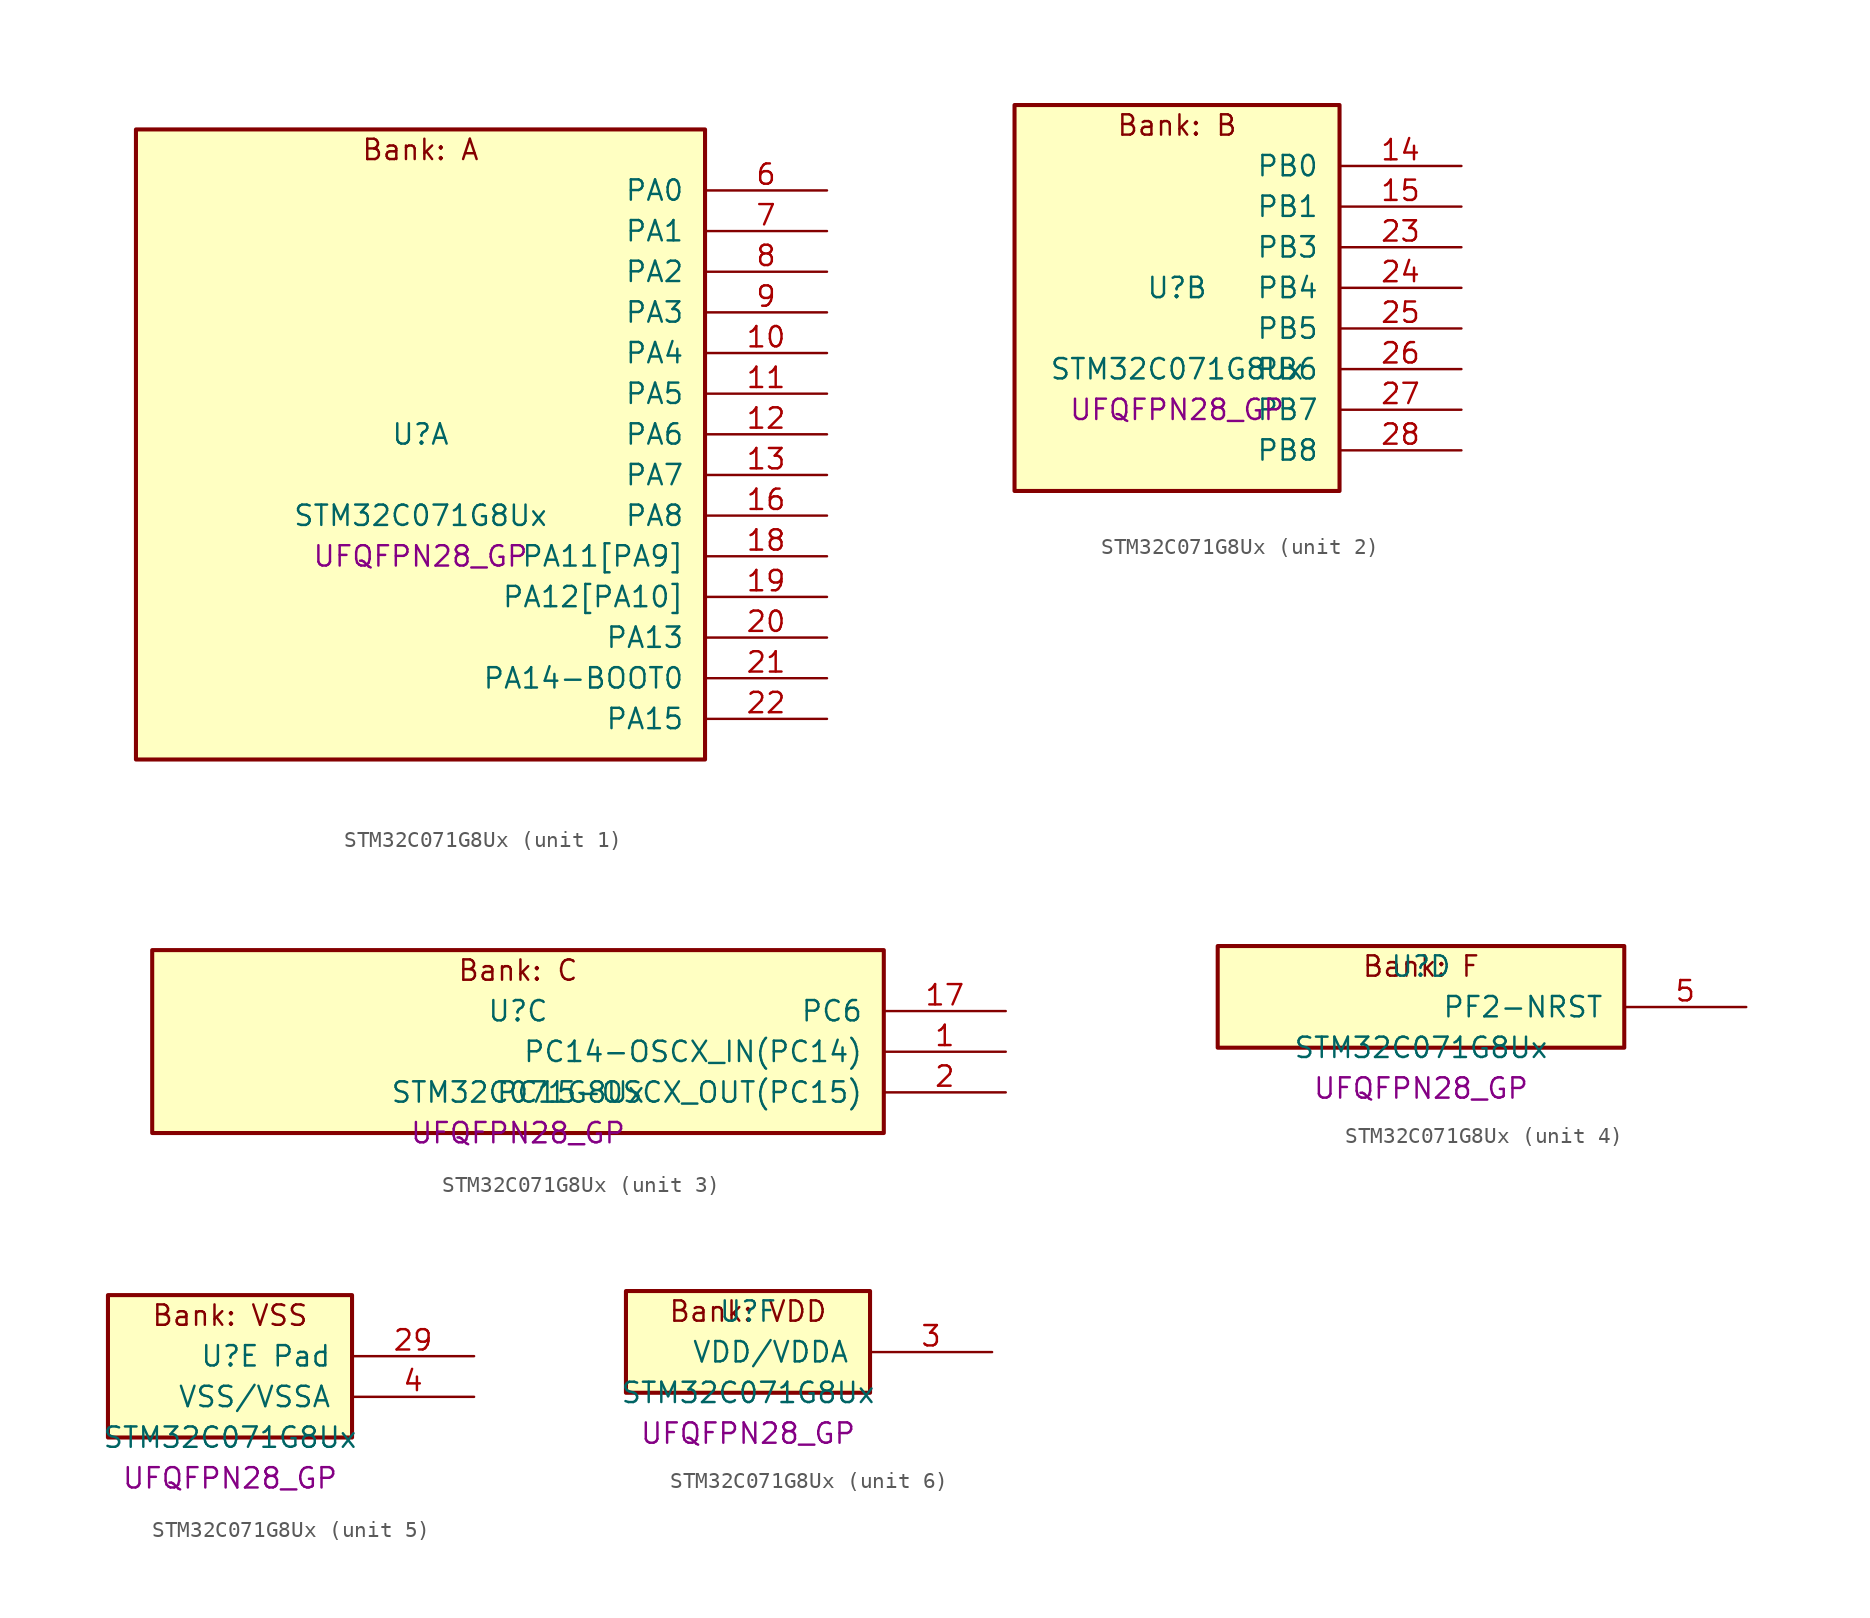
<source format=kicad_sym>
(kicad_symbol_lib
  (version 20241209)
  (generator "stm32_pkl_generator")
  (generator_version "1.0")
  (symbol "STM32C071G8Ux"
    (pin_names
      (offset 1.27))
    (property "Reference" "U"
      (at 0 2.54 0))
    (property "Value" "STM32C071G8Ux"
      (at 0 -2.54 0))
    (property "Footprint" "UFQFPN28_GP"
      (at 0 -5.08 0))
    (symbol "STM32C071G8Ux_1_1"
      (rectangle (start -17.78 21.59) (end 17.78 -17.78) (stroke (width 0.254) (type solid)) (fill (type background)))
      (text "Bank: A" (at 0 20.32 0))
      (pin bidirectional line (at 25.4 17.78 180) (length 7.62) (name "PA0") (number "6") (alternate "PA0/ADC1_IN0" bidirectional line) (alternate "PA0/PWR_WKUP1" bidirectional line) (alternate "PA0/SPI2_SCK" bidirectional line) (alternate "PA0/TIM16_CH1" bidirectional line) (alternate "PA0/TIM1_CH1" bidirectional line) (alternate "PA0/TIM2_CH1" bidirectional line) (alternate "PA0/TIM2_ETR" bidirectional line) (alternate "PA0/USART1_TX" bidirectional line) (alternate "PA0/USART2_CTS" bidirectional line) (alternate "PA0/USART2_NSS" bidirectional line))
      (pin bidirectional line (at 25.4 15.24 180) (length 7.62) (name "PA1") (number "7") (alternate "PA1/ADC1_IN1" bidirectional line) (alternate "PA1/I2C1_SMBA" bidirectional line) (alternate "PA1/I2S1_CK" bidirectional line) (alternate "PA1/SPI1_SCK" bidirectional line) (alternate "PA1/TIM17_CH1" bidirectional line) (alternate "PA1/TIM1_CH2" bidirectional line) (alternate "PA1/TIM2_CH2" bidirectional line) (alternate "PA1/USART1_RX" bidirectional line) (alternate "PA1/USART2_CK" bidirectional line) (alternate "PA1/USART2_DE" bidirectional line) (alternate "PA1/USART2_RTS" bidirectional line))
      (pin bidirectional line (at 25.4 12.7 180) (length 7.62) (name "PA2") (number "8") (alternate "PA2/ADC1_IN2" bidirectional line) (alternate "PA2/I2S1_SD" bidirectional line) (alternate "PA2/PWR_WKUP4" bidirectional line) (alternate "PA2/RCC_LSCO" bidirectional line) (alternate "PA2/SPI1_MOSI" bidirectional line) (alternate "PA2/TIM16_CH1N" bidirectional line) (alternate "PA2/TIM1_CH3" bidirectional line) (alternate "PA2/TIM2_CH3" bidirectional line) (alternate "PA2/TIM3_ETR" bidirectional line) (alternate "PA2/USART2_TX" bidirectional line))
      (pin bidirectional line (at 25.4 10.16 180) (length 7.62) (name "PA3") (number "9") (alternate "PA3/ADC1_IN3" bidirectional line) (alternate "PA3/SPI2_MISO" bidirectional line) (alternate "PA3/TIM1_CH1N" bidirectional line) (alternate "PA3/TIM1_CH4" bidirectional line) (alternate "PA3/TIM2_CH4" bidirectional line) (alternate "PA3/USART2_RX" bidirectional line))
      (pin bidirectional line (at 25.4 7.62 180) (length 7.62) (name "PA4") (number "10") (alternate "PA4/ADC1_IN4" bidirectional line) (alternate "PA4/I2S1_WS" bidirectional line) (alternate "PA4/PWR_WKUP2" bidirectional line) (alternate "PA4/RTC_OUT1" bidirectional line) (alternate "PA4/RTC_TS" bidirectional line) (alternate "PA4/SPI1_NSS" bidirectional line) (alternate "PA4/SPI2_MOSI" bidirectional line) (alternate "PA4/TIM14_CH1" bidirectional line) (alternate "PA4/TIM17_CH1N" bidirectional line) (alternate "PA4/TIM1_CH2N" bidirectional line) (alternate "PA4/USART2_TX" bidirectional line) (alternate "PA4/USB_NOE" bidirectional line))
      (pin bidirectional line (at 25.4 5.08 180) (length 7.62) (name "PA5") (number "11") (alternate "PA5/ADC1_IN5" bidirectional line) (alternate "PA5/I2S1_CK" bidirectional line) (alternate "PA5/SPI1_SCK" bidirectional line) (alternate "PA5/TIM1_CH1" bidirectional line) (alternate "PA5/TIM1_CH3N" bidirectional line) (alternate "PA5/TIM2_CH1" bidirectional line) (alternate "PA5/TIM2_ETR" bidirectional line) (alternate "PA5/USART2_RX" bidirectional line))
      (pin bidirectional line (at 25.4 2.54 180) (length 7.62) (name "PA6") (number "12") (alternate "PA6/ADC1_IN6" bidirectional line) (alternate "PA6/I2C2_SDA" bidirectional line) (alternate "PA6/I2S1_MCK" bidirectional line) (alternate "PA6/SPI1_MISO" bidirectional line) (alternate "PA6/TIM16_CH1" bidirectional line) (alternate "PA6/TIM1_BKIN" bidirectional line) (alternate "PA6/TIM3_CH1" bidirectional line))
      (pin bidirectional line (at 25.4 0 180) (length 7.62) (name "PA7") (number "13") (alternate "PA7/ADC1_IN7" bidirectional line) (alternate "PA7/I2C2_SCL" bidirectional line) (alternate "PA7/I2S1_SD" bidirectional line) (alternate "PA7/SPI1_MOSI" bidirectional line) (alternate "PA7/TIM14_CH1" bidirectional line) (alternate "PA7/TIM17_CH1" bidirectional line) (alternate "PA7/TIM1_CH1N" bidirectional line) (alternate "PA7/TIM3_CH2" bidirectional line))
      (pin bidirectional line (at 25.4 -2.54 180) (length 7.62) (name "PA8") (number "16") (alternate "PA8/ADC1_IN8" bidirectional line) (alternate "PA8/CRS_SYNC" bidirectional line) (alternate "PA8/I2S1_WS" bidirectional line) (alternate "PA8/RCC_MCO" bidirectional line) (alternate "PA8/RCC_MCO_2" bidirectional line) (alternate "PA8/SPI1_NSS" bidirectional line) (alternate "PA8/SPI2_MISO" bidirectional line) (alternate "PA8/SPI2_NSS" bidirectional line) (alternate "PA8/TIM14_CH1" bidirectional line) (alternate "PA8/TIM1_CH1" bidirectional line) (alternate "PA8/TIM1_CH2N" bidirectional line) (alternate "PA8/TIM1_CH3N" bidirectional line) (alternate "PA8/TIM3_CH3" bidirectional line) (alternate "PA8/TIM3_CH4" bidirectional line) (alternate "PA8/USART1_RX" bidirectional line) (alternate "PA8/USART2_TX" bidirectional line))
      (pin bidirectional line (at 25.4 -5.08 180) (length 7.62) (name "PA11[PA9]") (number "18") (alternate "PA11[PA9]/ADC1_EXTI11" bidirectional line) (alternate "PA11[PA9]/I2C2_SCL" bidirectional line) (alternate "PA11[PA9]/I2S1_MCK" bidirectional line) (alternate "PA11[PA9]/SPI1_MISO" bidirectional line) (alternate "PA11[PA9]/TIM1_BKIN2" bidirectional line) (alternate "PA11[PA9]/TIM1_CH4" bidirectional line) (alternate "PA11[PA9]/USART1_CTS" bidirectional line) (alternate "PA11[PA9]/USART1_NSS" bidirectional line) (alternate "PA11[PA9]/USB_DM" bidirectional line) (alternate "PA11[PA9]/PA9[PA11]" bidirectional line) (alternate "PA11[PA9]/I2C1_SCL" bidirectional line) (alternate "PA11[PA9]/RCC_MCO" bidirectional line) (alternate "PA11[PA9]/SPI2_MISO" bidirectional line) (alternate "PA11[PA9]/TIM1_CH2" bidirectional line) (alternate "PA11[PA9]/TIM3_ETR" bidirectional line) (alternate "PA11[PA9]/USART1_TX" bidirectional line))
      (pin bidirectional line (at 25.4 -7.62 180) (length 7.62) (name "PA12[PA10]") (number "19") (alternate "PA12[PA10]/I2C2_SDA" bidirectional line) (alternate "PA12[PA10]/I2S1_SD" bidirectional line) (alternate "PA12[PA10]/I2S_CKIN" bidirectional line) (alternate "PA12[PA10]/SPI1_MOSI" bidirectional line) (alternate "PA12[PA10]/TIM1_ETR" bidirectional line) (alternate "PA12[PA10]/USART1_CK" bidirectional line) (alternate "PA12[PA10]/USART1_DE" bidirectional line) (alternate "PA12[PA10]/USART1_RTS" bidirectional line) (alternate "PA12[PA10]/USB_DP" bidirectional line) (alternate "PA12[PA10]/PA10[PA12]" bidirectional line) (alternate "PA12[PA10]/I2C1_SDA" bidirectional line) (alternate "PA12[PA10]/RCC_MCO_2" bidirectional line) (alternate "PA12[PA10]/SPI2_MOSI" bidirectional line) (alternate "PA12[PA10]/TIM17_BKIN" bidirectional line) (alternate "PA12[PA10]/TIM1_CH3" bidirectional line) (alternate "PA12[PA10]/USART1_RX" bidirectional line))
      (pin bidirectional line (at 25.4 -10.16 180) (length 7.62) (name "PA13") (number "20") (alternate "PA13/ADC1_IN13" bidirectional line) (alternate "PA13/DEBUG_SWDIO" bidirectional line) (alternate "PA13/IR_OUT" bidirectional line) (alternate "PA13/TIM3_ETR" bidirectional line) (alternate "PA13/USART2_RX" bidirectional line) (alternate "PA13/USB_NOE" bidirectional line))
      (pin bidirectional line (at 25.4 -12.7 180) (length 7.62) (name "PA14-BOOT0") (number "21") (alternate "PA14-BOOT0/ADC1_IN14" bidirectional line) (alternate "PA14-BOOT0/DEBUG_SWCLK" bidirectional line) (alternate "PA14-BOOT0/I2S1_WS" bidirectional line) (alternate "PA14-BOOT0/RCC_MCO_2" bidirectional line) (alternate "PA14-BOOT0/SPI1_NSS" bidirectional line) (alternate "PA14-BOOT0/TIM1_CH1" bidirectional line) (alternate "PA14-BOOT0/USART1_CK" bidirectional line) (alternate "PA14-BOOT0/USART1_DE" bidirectional line) (alternate "PA14-BOOT0/USART1_RTS" bidirectional line) (alternate "PA14-BOOT0/USART2_RX" bidirectional line) (alternate "PA14-BOOT0/USART2_TX" bidirectional line))
      (pin bidirectional line (at 25.4 -15.24 180) (length 7.62) (name "PA15") (number "22") (alternate "PA15/I2S1_WS" bidirectional line) (alternate "PA15/RCC_MCO_2" bidirectional line) (alternate "PA15/SPI1_NSS" bidirectional line) (alternate "PA15/TIM1_CH1" bidirectional line) (alternate "PA15/TIM2_CH1" bidirectional line) (alternate "PA15/TIM2_ETR" bidirectional line) (alternate "PA15/USART1_CK" bidirectional line) (alternate "PA15/USART1_DE" bidirectional line) (alternate "PA15/USART1_RTS" bidirectional line) (alternate "PA15/USART2_RX" bidirectional line) (alternate "PA15/USB_NOE" bidirectional line)))
    (symbol "STM32C071G8Ux_2_1"
      (rectangle (start -10.16 13.97) (end 10.16 -10.16) (stroke (width 0.254) (type solid)) (fill (type background)))
      (text "Bank: B" (at 0 12.7 0))
      (pin bidirectional line (at 17.78 10.16 180) (length 7.62) (name "PB0") (number "14") (alternate "PB0/ADC1_IN17" bidirectional line) (alternate "PB0/I2S1_WS" bidirectional line) (alternate "PB0/SPI1_NSS" bidirectional line) (alternate "PB0/TIM1_CH2N" bidirectional line) (alternate "PB0/TIM3_CH3" bidirectional line))
      (pin bidirectional line (at 17.78 7.62 180) (length 7.62) (name "PB1") (number "15") (alternate "PB1/ADC1_IN18" bidirectional line) (alternate "PB1/TIM14_CH1" bidirectional line) (alternate "PB1/TIM1_CH2N" bidirectional line) (alternate "PB1/TIM1_CH3N" bidirectional line) (alternate "PB1/TIM3_CH4" bidirectional line))
      (pin bidirectional line (at 17.78 5.08 180) (length 7.62) (name "PB3") (number "23") (alternate "PB3/I2C2_SCL" bidirectional line) (alternate "PB3/I2S1_CK" bidirectional line) (alternate "PB3/SPI1_SCK" bidirectional line) (alternate "PB3/TIM1_CH2" bidirectional line) (alternate "PB3/TIM2_CH2" bidirectional line) (alternate "PB3/TIM3_CH2" bidirectional line) (alternate "PB3/USART1_CK" bidirectional line) (alternate "PB3/USART1_DE" bidirectional line) (alternate "PB3/USART1_RTS" bidirectional line))
      (pin bidirectional line (at 17.78 2.54 180) (length 7.62) (name "PB4") (number "24") (alternate "PB4/I2C2_SDA" bidirectional line) (alternate "PB4/I2S1_MCK" bidirectional line) (alternate "PB4/SPI1_MISO" bidirectional line) (alternate "PB4/TIM17_BKIN" bidirectional line) (alternate "PB4/TIM3_CH1" bidirectional line) (alternate "PB4/USART1_CTS" bidirectional line) (alternate "PB4/USART1_NSS" bidirectional line))
      (pin bidirectional line (at 17.78 0 180) (length 7.62) (name "PB5") (number "25") (alternate "PB5/I2C1_SMBA" bidirectional line) (alternate "PB5/I2S1_SD" bidirectional line) (alternate "PB5/PWR_WKUP6" bidirectional line) (alternate "PB5/SPI1_MOSI" bidirectional line) (alternate "PB5/TIM16_BKIN" bidirectional line) (alternate "PB5/TIM3_CH2" bidirectional line) (alternate "PB5/TIM3_CH3" bidirectional line))
      (pin bidirectional line (at 17.78 -2.54 180) (length 7.62) (name "PB6") (number "26") (alternate "PB6/I2C1_SCL" bidirectional line) (alternate "PB6/I2C1_SMBA" bidirectional line) (alternate "PB6/I2S1_CK" bidirectional line) (alternate "PB6/I2S1_MCK" bidirectional line) (alternate "PB6/I2S1_SD" bidirectional line) (alternate "PB6/PWR_WKUP3" bidirectional line) (alternate "PB6/SPI1_MISO" bidirectional line) (alternate "PB6/SPI1_MOSI" bidirectional line) (alternate "PB6/SPI1_SCK" bidirectional line) (alternate "PB6/SPI2_MISO" bidirectional line) (alternate "PB6/TIM16_BKIN" bidirectional line) (alternate "PB6/TIM16_CH1N" bidirectional line) (alternate "PB6/TIM17_BKIN" bidirectional line) (alternate "PB6/TIM1_CH2" bidirectional line) (alternate "PB6/TIM1_CH3" bidirectional line) (alternate "PB6/TIM3_CH1" bidirectional line) (alternate "PB6/TIM3_CH2" bidirectional line) (alternate "PB6/TIM3_CH3" bidirectional line) (alternate "PB6/USART1_CTS" bidirectional line) (alternate "PB6/USART1_NSS" bidirectional line) (alternate "PB6/USART1_TX" bidirectional line))
      (pin bidirectional line (at 17.78 -5.08 180) (length 7.62) (name "PB7") (number "27") (alternate "PB7/I2C1_SCL" bidirectional line) (alternate "PB7/I2C1_SDA" bidirectional line) (alternate "PB7/RTC_REFIN" bidirectional line) (alternate "PB7/SPI2_MOSI" bidirectional line) (alternate "PB7/TIM16_CH1" bidirectional line) (alternate "PB7/TIM17_CH1N" bidirectional line) (alternate "PB7/TIM1_CH4" bidirectional line) (alternate "PB7/TIM3_CH1" bidirectional line) (alternate "PB7/TIM3_CH4" bidirectional line) (alternate "PB7/USART1_RX" bidirectional line) (alternate "PB7/USART2_CTS" bidirectional line) (alternate "PB7/USART2_NSS" bidirectional line))
      (pin bidirectional line (at 17.78 -7.62 180) (length 7.62) (name "PB8") (number "28") (alternate "PB8/I2C1_SCL" bidirectional line) (alternate "PB8/SPI2_SCK" bidirectional line) (alternate "PB8/TIM16_CH1" bidirectional line) (alternate "PB8/TIM3_CH1" bidirectional line) (alternate "PB8/USART2_CTS" bidirectional line) (alternate "PB8/USART2_NSS" bidirectional line)))
    (symbol "STM32C071G8Ux_3_1"
      (rectangle (start -22.86 6.35) (end 22.86 -5.08) (stroke (width 0.254) (type solid)) (fill (type background)))
      (text "Bank: C" (at 0 5.08 0))
      (pin bidirectional line (at 30.48 2.54 180) (length 7.62) (name "PC6") (number "17") (alternate "PC6/TIM2_CH3" bidirectional line) (alternate "PC6/TIM3_CH1" bidirectional line))
      (pin bidirectional line (at 30.48 0 180) (length 7.62) (name "PC14-OSCX_IN(PC14)") (number "1") (alternate "PC14-OSCX_IN(PC14)/I2C1_SDA" bidirectional line) (alternate "PC14-OSCX_IN(PC14)/IR_OUT" bidirectional line) (alternate "PC14-OSCX_IN(PC14)/RCC_OSCX_IN" bidirectional line) (alternate "PC14-OSCX_IN(PC14)/SPI2_NSS" bidirectional line) (alternate "PC14-OSCX_IN(PC14)/TIM17_CH1" bidirectional line) (alternate "PC14-OSCX_IN(PC14)/TIM1_BKIN2" bidirectional line) (alternate "PC14-OSCX_IN(PC14)/TIM1_ETR" bidirectional line) (alternate "PC14-OSCX_IN(PC14)/TIM3_CH2" bidirectional line) (alternate "PC14-OSCX_IN(PC14)/USART1_TX" bidirectional line) (alternate "PC14-OSCX_IN(PC14)/USART2_CK" bidirectional line) (alternate "PC14-OSCX_IN(PC14)/USART2_DE" bidirectional line) (alternate "PC14-OSCX_IN(PC14)/USART2_RTS" bidirectional line))
      (pin bidirectional line (at 30.48 -2.54 180) (length 7.62) (name "PC15-OSCX_OUT(PC15)") (number "2") (alternate "PC15-OSCX_OUT(PC15)/RCC_OSC32_EN" bidirectional line) (alternate "PC15-OSCX_OUT(PC15)/RCC_OSCX_OUT" bidirectional line) (alternate "PC15-OSCX_OUT(PC15)/RCC_OSC_EN" bidirectional line) (alternate "PC15-OSCX_OUT(PC15)/TIM1_ETR" bidirectional line) (alternate "PC15-OSCX_OUT(PC15)/TIM3_CH3" bidirectional line)))
    (symbol "STM32C071G8Ux_4_1"
      (rectangle (start -12.7 3.81) (end 12.7 -2.54) (stroke (width 0.254) (type solid)) (fill (type background)))
      (text "Bank: F" (at 0 2.54 0))
      (pin bidirectional line (at 20.32 0 180) (length 7.62) (name "PF2-NRST") (number "5") (alternate "PF2-NRST/RCC_MCO" bidirectional line) (alternate "PF2-NRST/TIM1_CH4" bidirectional line)))
    (symbol "STM32C071G8Ux_5_1"
      (rectangle (start -7.62 6.35) (end 7.62 -2.54) (stroke (width 0.254) (type solid)) (fill (type background)))
      (text "Bank: VSS" (at 0 5.08 0))
      (pin passive line (at 15.24 2.54 180) (length 7.62) (name "Pad") (number "29"))
      (pin power_in line (at 15.24 0 180) (length 7.62) (name "VSS/VSSA") (number "4")))
    (symbol "STM32C071G8Ux_6_1"
      (rectangle (start -7.62 3.81) (end 7.62 -2.54) (stroke (width 0.254) (type solid)) (fill (type background)))
      (text "Bank: VDD" (at 0 2.54 0))
      (pin power_in line (at 15.24 0 180) (length 7.62) (name "VDD/VDDA") (number "3")))))
</source>
